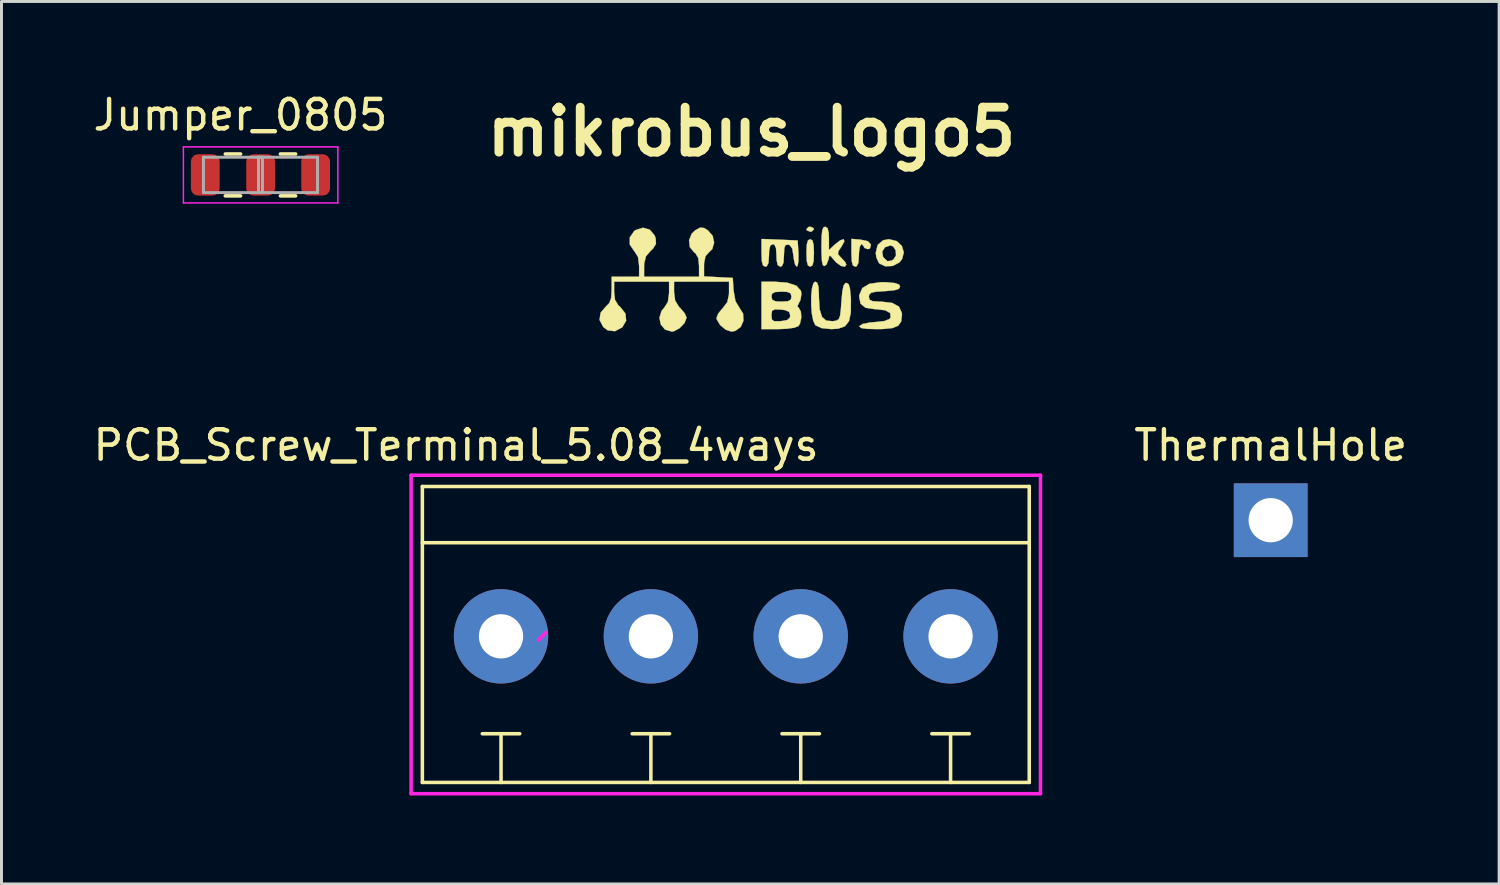
<source format=kicad_pcb>
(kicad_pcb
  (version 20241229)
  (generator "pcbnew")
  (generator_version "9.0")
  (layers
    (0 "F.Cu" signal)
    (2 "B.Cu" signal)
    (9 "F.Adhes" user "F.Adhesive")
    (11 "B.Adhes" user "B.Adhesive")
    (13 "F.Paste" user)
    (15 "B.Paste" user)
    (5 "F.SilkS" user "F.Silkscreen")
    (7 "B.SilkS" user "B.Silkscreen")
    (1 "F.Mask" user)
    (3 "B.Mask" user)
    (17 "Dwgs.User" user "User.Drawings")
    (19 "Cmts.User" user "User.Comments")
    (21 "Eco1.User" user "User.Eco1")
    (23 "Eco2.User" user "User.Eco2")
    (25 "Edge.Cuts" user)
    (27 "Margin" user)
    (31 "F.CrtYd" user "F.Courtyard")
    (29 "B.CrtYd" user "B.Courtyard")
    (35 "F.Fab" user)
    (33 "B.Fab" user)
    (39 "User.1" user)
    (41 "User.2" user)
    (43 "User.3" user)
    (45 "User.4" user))
  (footprint "mikrobus_logo5"
    (layer "F.Cu")
    (at 22.426 6.498)
    (property "Reference" "mikrobus_logo5" (at 0 -5.08 0) (layer "F.SilkS") (effects (font (size 1.524 1.524) (thickness 0.3))))
    (attr through_hole)
    (fp_poly (pts (xy 2.102 -1.817) (xy 2.117 -1.778) (xy 2.048 -1.703) (xy 1.99 -1.693) (xy 1.877 -1.739) (xy 1.863 -1.778) (xy 1.931 -1.853) (xy 1.99 -1.863) (xy 2.102 -1.817)) (stroke (width 0.01) (type solid)) (fill yes) (layer "F.SilkS"))
    (fp_poly (pts (xy 2.066 -1.398) (xy 2.106 -1.251) (xy 2.117 -0.974) (xy 2.105 -0.693) (xy 2.065 -0.548) (xy 1.99 -0.508) (xy 1.913 -0.55) (xy 1.874 -0.697) (xy 1.863 -0.974) (xy 1.874 -1.254) (xy 1.914 -1.399) (xy 1.99 -1.439) (xy 2.066 -1.398)) (stroke (width 0.01) (type solid)) (fill yes) (layer "F.SilkS"))
    (fp_poly (pts (xy 3.703 -1.423) (xy 3.945 -1.371) (xy 4.046 -1.261) (xy 4.048 -1.249) (xy 4.015 -1.123) (xy 3.943 -1.101) (xy 3.827 -1.145) (xy 3.81 -1.185) (xy 3.746 -1.268) (xy 3.725 -1.27) (xy 3.675 -1.194) (xy 3.645 -1.003) (xy 3.641 -0.889) (xy 3.624 -0.638) (xy 3.568 -0.523) (xy 3.514 -0.508) (xy 3.437 -0.549) (xy 3.398 -0.695) (xy 3.387 -0.977) (xy 3.387 -1.45) (xy 3.703 -1.423)) (stroke (width 0.01) (type solid)) (fill yes) (layer "F.SilkS"))
    (fp_poly (pts (xy 4.924 -1.374) (xy 5.098 -1.209) (xy 5.164 -0.989) (xy 5.103 -0.76) (xy 5.01 -0.648) (xy 4.788 -0.533) (xy 4.54 -0.52) (xy 4.34 -0.612) (xy 4.318 -0.635) (xy 4.234 -0.818) (xy 4.212 -0.974) (xy 4.222 -1.016) (xy 4.43 -1.016) (xy 4.46 -0.841) (xy 4.481 -0.811) (xy 4.61 -0.694) (xy 4.738 -0.709) (xy 4.812 -0.752) (xy 4.898 -0.884) (xy 4.89 -1.056) (xy 4.804 -1.193) (xy 4.708 -1.228) (xy 4.524 -1.165) (xy 4.43 -1.016) (xy 4.222 -1.016) (xy 4.278 -1.246) (xy 4.464 -1.404) (xy 4.661 -1.439) (xy 4.924 -1.374)) (stroke (width 0.01) (type solid)) (fill yes) (layer "F.SilkS"))
    (fp_poly (pts (xy 2.58 -1.815) (xy 2.618 -1.65) (xy 2.625 -1.467) (xy 2.625 -1.071) (xy 2.821 -1.255) (xy 3.011 -1.403) (xy 3.127 -1.438) (xy 3.147 -1.365) (xy 3.056 -1.196) (xy 2.945 -1.03) (xy 2.933 -0.931) (xy 3.017 -0.833) (xy 3.05 -0.802) (xy 3.175 -0.665) (xy 3.217 -0.58) (xy 3.164 -0.506) (xy 3.035 -0.533) (xy 2.879 -0.644) (xy 2.806 -0.723) (xy 2.689 -0.864) (xy 2.638 -0.878) (xy 2.613 -0.769) (xy 2.61 -0.751) (xy 2.546 -0.587) (xy 2.477 -0.529) (xy 2.421 -0.557) (xy 2.387 -0.701) (xy 2.372 -0.982) (xy 2.371 -1.178) (xy 2.377 -1.528) (xy 2.398 -1.738) (xy 2.44 -1.84) (xy 2.498 -1.863) (xy 2.58 -1.815)) (stroke (width 0.01) (type solid)) (fill yes) (layer "F.SilkS"))
    (fp_poly (pts (xy 1.566 -1.397) (xy 1.592 -0.953) (xy 1.592 -0.694) (xy 1.563 -0.537) (xy 1.533 -0.508) (xy 1.476 -0.583) (xy 1.433 -0.773) (xy 1.423 -0.867) (xy 1.382 -1.12) (xy 1.296 -1.238) (xy 1.249 -1.254) (xy 1.157 -1.244) (xy 1.113 -1.144) (xy 1.101 -0.915) (xy 1.101 -0.895) (xy 1.085 -0.642) (xy 1.03 -0.525) (xy 0.974 -0.508) (xy 0.89 -0.558) (xy 0.852 -0.727) (xy 0.847 -0.889) (xy 0.83 -1.14) (xy 0.774 -1.255) (xy 0.72 -1.27) (xy 0.636 -1.22) (xy 0.598 -1.051) (xy 0.593 -0.889) (xy 0.576 -0.638) (xy 0.52 -0.523) (xy 0.466 -0.508) (xy 0.389 -0.55) (xy 0.35 -0.695) (xy 0.339 -0.977) (xy 0.339 -1.447) (xy 1.566 -1.397)) (stroke (width 0.01) (type solid)) (fill yes) (layer "F.SilkS"))
    (fp_poly (pts (xy 2.231 0.038) (xy 2.271 0.171) (xy 2.285 0.433) (xy 2.286 0.534) (xy 2.31 0.936) (xy 2.389 1.192) (xy 2.533 1.321) (xy 2.753 1.341) (xy 2.756 1.341) (xy 2.883 1.32) (xy 2.961 1.267) (xy 3.004 1.146) (xy 3.031 0.92) (xy 3.048 0.677) (xy 3.079 0.337) (xy 3.12 0.137) (xy 3.18 0.051) (xy 3.217 0.042) (xy 3.29 0.083) (xy 3.336 0.223) (xy 3.363 0.493) (xy 3.37 0.622) (xy 3.367 1.051) (xy 3.305 1.34) (xy 3.168 1.514) (xy 2.939 1.594) (xy 2.713 1.609) (xy 2.38 1.576) (xy 2.173 1.483) (xy 2.165 1.476) (xy 2.094 1.328) (xy 2.046 1.084) (xy 2.023 0.788) (xy 2.025 0.487) (xy 2.051 0.225) (xy 2.101 0.049) (xy 2.159 0) (xy 2.231 0.038)) (stroke (width 0.01) (type solid)) (fill yes) (layer "F.SilkS"))
    (fp_poly (pts (xy 4.572 0.02) (xy 4.857 0.047) (xy 5.003 0.098) (xy 5.038 0.169) (xy 4.994 0.245) (xy 4.844 0.292) (xy 4.558 0.319) (xy 4.508 0.322) (xy 4.216 0.342) (xy 4.056 0.378) (xy 3.989 0.441) (xy 3.979 0.512) (xy 4.004 0.613) (xy 4.105 0.662) (xy 4.325 0.677) (xy 4.386 0.677) (xy 4.764 0.719) (xy 5 0.847) (xy 5.098 1.064) (xy 5.101 1.128) (xy 5.074 1.352) (xy 4.973 1.495) (xy 4.772 1.575) (xy 4.443 1.606) (xy 4.258 1.609) (xy 3.918 1.601) (xy 3.726 1.574) (xy 3.659 1.525) (xy 3.661 1.503) (xy 3.765 1.435) (xy 4.002 1.387) (xy 4.181 1.371) (xy 4.499 1.337) (xy 4.673 1.27) (xy 4.716 1.215) (xy 4.703 1.066) (xy 4.535 0.971) (xy 4.22 0.933) (xy 4.18 0.933) (xy 3.87 0.888) (xy 3.697 0.749) (xy 3.651 0.509) (xy 3.656 0.452) (xy 3.757 0.217) (xy 3.998 0.073) (xy 4.381 0.018) (xy 4.572 0.02)) (stroke (width 0.01) (type solid)) (fill yes) (layer "F.SilkS"))
    (fp_poly (pts (xy 1.212 0.034) (xy 1.521 0.136) (xy 1.674 0.305) (xy 1.693 0.415) (xy 1.661 0.62) (xy 1.601 0.736) (xy 1.555 0.838) (xy 1.601 0.884) (xy 1.674 1.014) (xy 1.689 1.22) (xy 1.645 1.421) (xy 1.592 1.507) (xy 1.452 1.562) (xy 1.19 1.598) (xy 0.914 1.609) (xy 0.339 1.609) (xy 0.339 1.143) (xy 0.677 1.143) (xy 0.693 1.287) (xy 0.774 1.343) (xy 0.968 1.341) (xy 0.995 1.339) (xy 1.211 1.301) (xy 1.301 1.22) (xy 1.312 1.143) (xy 1.276 1.025) (xy 1.138 0.965) (xy 0.995 0.947) (xy 0.787 0.941) (xy 0.697 0.99) (xy 0.677 1.124) (xy 0.677 1.143) (xy 0.339 1.143) (xy 0.339 0.508) (xy 0.677 0.508) (xy 0.706 0.619) (xy 0.821 0.668) (xy 1.016 0.677) (xy 1.238 0.663) (xy 1.335 0.606) (xy 1.355 0.508) (xy 1.326 0.397) (xy 1.211 0.348) (xy 1.016 0.339) (xy 0.794 0.353) (xy 0.697 0.41) (xy 0.677 0.508) (xy 0.339 0.508) (xy 0.339 0) (xy 0.749 0) (xy 1.212 0.034)) (stroke (width 0.01) (type solid)) (fill yes) (layer "F.SilkS"))
    (fp_poly (pts (xy -1.609 -1.819) (xy -1.482 -1.743) (xy -1.317 -1.556) (xy -1.266 -1.321) (xy -1.331 -1.102) (xy -1.439 -0.996) (xy -1.559 -0.864) (xy -1.606 -0.636) (xy -1.609 -0.534) (xy -1.609 -0.178) (xy -1.122 -0.152) (xy -0.635 -0.127) (xy -0.608 0.295) (xy -0.543 0.663) (xy -0.418 0.87) (xy -0.284 1.086) (xy -0.272 1.325) (xy -0.366 1.537) (xy -0.551 1.671) (xy -0.683 1.693) (xy -0.875 1.628) (xy -1.06 1.474) (xy -1.174 1.289) (xy -1.185 1.224) (xy -1.127 1.08) (xy -0.986 0.908) (xy -0.974 0.896) (xy -0.819 0.693) (xy -0.764 0.43) (xy -0.762 0.35) (xy -0.762 0) (xy -2.625 0) (xy -2.625 0.35) (xy -2.589 0.639) (xy -2.46 0.85) (xy -2.413 0.896) (xy -2.268 1.067) (xy -2.202 1.216) (xy -2.201 1.224) (xy -2.271 1.403) (xy -2.436 1.576) (xy -2.633 1.683) (xy -2.703 1.693) (xy -2.932 1.624) (xy -3.076 1.45) (xy -3.121 1.222) (xy -3.049 0.991) (xy -2.963 0.889) (xy -2.836 0.692) (xy -2.794 0.387) (xy -2.794 0.368) (xy -2.794 0) (xy -4.657 0) (xy -4.657 0.348) (xy -4.627 0.617) (xy -4.517 0.798) (xy -4.445 0.862) (xy -4.273 1.081) (xy -4.249 1.322) (xy -4.378 1.544) (xy -4.388 1.553) (xy -4.63 1.68) (xy -4.875 1.65) (xy -5.025 1.538) (xy -5.152 1.296) (xy -5.115 1.053) (xy -4.953 0.862) (xy -4.821 0.727) (xy -4.758 0.555) (xy -4.741 0.281) (xy -4.741 0.263) (xy -4.741 -0.169) (xy -3.81 -0.169) (xy -3.81 -0.532) (xy -3.847 -0.835) (xy -3.967 -1.028) (xy -3.979 -1.039) (xy -4.127 -1.258) (xy -4.126 -1.5) (xy -3.98 -1.712) (xy -3.934 -1.746) (xy -3.68 -1.828) (xy -3.447 -1.762) (xy -3.282 -1.565) (xy -3.249 -1.47) (xy -3.238 -1.28) (xy -3.338 -1.121) (xy -3.416 -1.048) (xy -3.578 -0.858) (xy -3.637 -0.618) (xy -3.641 -0.512) (xy -3.641 -0.169) (xy -1.778 -0.169) (xy -1.778 -0.53) (xy -1.804 -0.8) (xy -1.896 -0.958) (xy -1.947 -0.996) (xy -2.091 -1.172) (xy -2.116 -1.404) (xy -2.025 -1.629) (xy -1.905 -1.743) (xy -1.739 -1.833) (xy -1.609 -1.819)) (stroke (width 0.01) (type solid)) (fill yes) (layer "F.SilkS")))
  (footprint "ThermalHole"
    (layer "F.Cu")
    (at 40.027 14.585)
    (property "Reference" "ThermalHole" (at 0 -2.54 0) (layer "F.SilkS") (effects (font (size 1 1) (thickness 0.15))))
    (attr through_hole)
    (pad "1" thru_hole rect (at 0 0) (size 2.5 2.5) (drill 1.5) (layers "*.Cu" "*.Mask")))
  (footprint "PCB_Screw_Terminal_5.08_4ways"
    (layer "F.Cu")
    (at 13.935 18.395)
    (property "Reference" "PCB_Screw_Terminal_5.08_4ways" (at -1.524 -6.35 0) (layer "F.SilkS") (effects (font (size 1 1) (thickness 0.15))))
    (attr through_hole)
    (fp_line (start -2.667 -4.953) (end 17.907 -4.953) (stroke (width 0.12) (type solid)) (layer "F.SilkS"))
    (fp_line (start -2.667 5.08) (end -2.667 -4.953) (stroke (width 0.12) (type solid)) (layer "F.SilkS"))
    (fp_line (start -0.635 3.429) (end 0.635 3.429) (stroke (width 0.12) (type solid)) (layer "F.SilkS"))
    (fp_line (start 0 3.429) (end 0 5.08) (stroke (width 0.12) (type solid)) (layer "F.SilkS"))
    (fp_line (start 5.08 5.08) (end 5.08 3.429) (stroke (width 0.12) (type solid)) (layer "F.SilkS"))
    (fp_line (start 5.715 3.429) (end 4.445 3.429) (stroke (width 0.12) (type solid)) (layer "F.SilkS"))
    (fp_line (start 10.16 5.08) (end 10.16 3.429) (stroke (width 0.12) (type solid)) (layer "F.SilkS"))
    (fp_line (start 10.795 3.429) (end 9.525 3.429) (stroke (width 0.12) (type solid)) (layer "F.SilkS"))
    (fp_line (start 15.24 5.08) (end 15.24 3.429) (stroke (width 0.12) (type solid)) (layer "F.SilkS"))
    (fp_line (start 15.875 3.429) (end 14.605 3.429) (stroke (width 0.12) (type solid)) (layer "F.SilkS"))
    (fp_line (start 17.907 -4.953) (end 17.907 5.08) (stroke (width 0.12) (type solid)) (layer "F.SilkS"))
    (fp_line (start 17.907 -3.048) (end -2.667 -3.048) (stroke (width 0.12) (type solid)) (layer "F.SilkS"))
    (fp_line (start 17.907 5.08) (end -2.667 5.08) (stroke (width 0.12) (type solid)) (layer "F.SilkS"))
    (fp_line (start -3.048 -5.334) (end 18.288 -5.334) (stroke (width 0.12) (type solid)) (layer "F.CrtYd"))
    (fp_line (start -3.048 5.461) (end -3.048 -5.334) (stroke (width 0.12) (type solid)) (layer "F.CrtYd"))
    (fp_line (start 1.524 0) (end 1.27 0.254) (stroke (width 0.12) (type solid)) (layer "F.CrtYd"))
    (fp_line (start 18.288 5.461) (end -3.048 5.461) (stroke (width 0.12) (type solid)) (layer "F.CrtYd"))
    (fp_line (start 18.288 5.461) (end 18.288 -5.334) (stroke (width 0.12) (type solid)) (layer "F.CrtYd"))
    (pad "1" thru_hole circle (at 0 0.127) (size 3.2 3.2) (drill 1.5) (layers "*.Cu" "*.Mask"))
    (pad "2" thru_hole circle (at 5.08 0.127) (size 3.2 3.2) (drill 1.5) (layers "*.Cu" "*.Mask"))
    (pad "3" thru_hole circle (at 10.16 0.127) (size 3.2 3.2) (drill 1.5) (layers "*.Cu" "*.Mask"))
    (pad "4" thru_hole circle (at 15.24 0.127) (size 3.2 3.2) (drill 1.5) (layers "*.Cu" "*.Mask")))
  (footprint "Jumper_0805"
    (layer "F.Cu")
    (at 4.847 2.88)
    (property "Reference" "Jumper_0805" (at 0.254 -2.032 0) (layer "F.SilkS") (effects (font (size 1 1) (thickness 0.15))))
    (attr through_hole)
    (fp_line (start -0.259 -0.71) (end 0.259 -0.71) (stroke (width 0.12) (type solid)) (layer "F.SilkS"))
    (fp_line (start -0.259 0.71) (end 0.259 0.71) (stroke (width 0.12) (type solid)) (layer "F.SilkS"))
    (fp_line (start 1.608 -0.71) (end 2.125 -0.71) (stroke (width 0.12) (type solid)) (layer "F.SilkS"))
    (fp_line (start 1.608 0.71) (end 2.125 0.71) (stroke (width 0.12) (type solid)) (layer "F.SilkS"))
    (fp_line (start -1.68 -0.95) (end 3.556 -0.95) (stroke (width 0.05) (type solid)) (layer "F.CrtYd"))
    (fp_line (start -1.68 0.95) (end -1.68 -0.95) (stroke (width 0.05) (type solid)) (layer "F.CrtYd"))
    (fp_line (start 3.556 -0.95) (end 3.556 0.95) (stroke (width 0.05) (type solid)) (layer "F.CrtYd"))
    (fp_line (start 3.556 0.95) (end -1.68 0.95) (stroke (width 0.05) (type solid)) (layer "F.CrtYd"))
    (fp_line (start -1 -0.6) (end 1 -0.6) (stroke (width 0.1) (type solid)) (layer "F.Fab"))
    (fp_line (start -1 0.6) (end -1 -0.6) (stroke (width 0.1) (type solid)) (layer "F.Fab"))
    (fp_line (start 0.867 -0.6) (end 2.867 -0.6) (stroke (width 0.1) (type solid)) (layer "F.Fab"))
    (fp_line (start 0.867 0.6) (end 0.867 -0.6) (stroke (width 0.1) (type solid)) (layer "F.Fab"))
    (fp_line (start 1 -0.6) (end 1 0.6) (stroke (width 0.1) (type solid)) (layer "F.Fab"))
    (fp_line (start 1 0.6) (end -1 0.6) (stroke (width 0.1) (type solid)) (layer "F.Fab"))
    (fp_line (start 2.867 -0.6) (end 2.867 0.6) (stroke (width 0.1) (type solid)) (layer "F.Fab"))
    (fp_line (start 2.867 0.6) (end 0.867 0.6) (stroke (width 0.1) (type solid)) (layer "F.Fab"))
    (pad "1" smd roundrect (at -0.938 0) (size 0.975 1.4) (layers "F.Cu" "F.Mask" "F.Paste") (roundrect_rratio 0.25))
    (pad "2" smd roundrect (at 0.938 0) (size 0.975 1.4) (layers "F.Cu" "F.Mask" "F.Paste") (roundrect_rratio 0.25))
    (pad "3" smd roundrect (at 2.804 0) (size 0.975 1.4) (layers "F.Cu" "F.Mask" "F.Paste") (roundrect_rratio 0.25)))
  (gr_rect
    (start -3 -3)
    (end 47.771 26.916)
    (stroke (width 0.1) (type default))
    (fill no)
    (layer "Edge.Cuts")))
</source>
